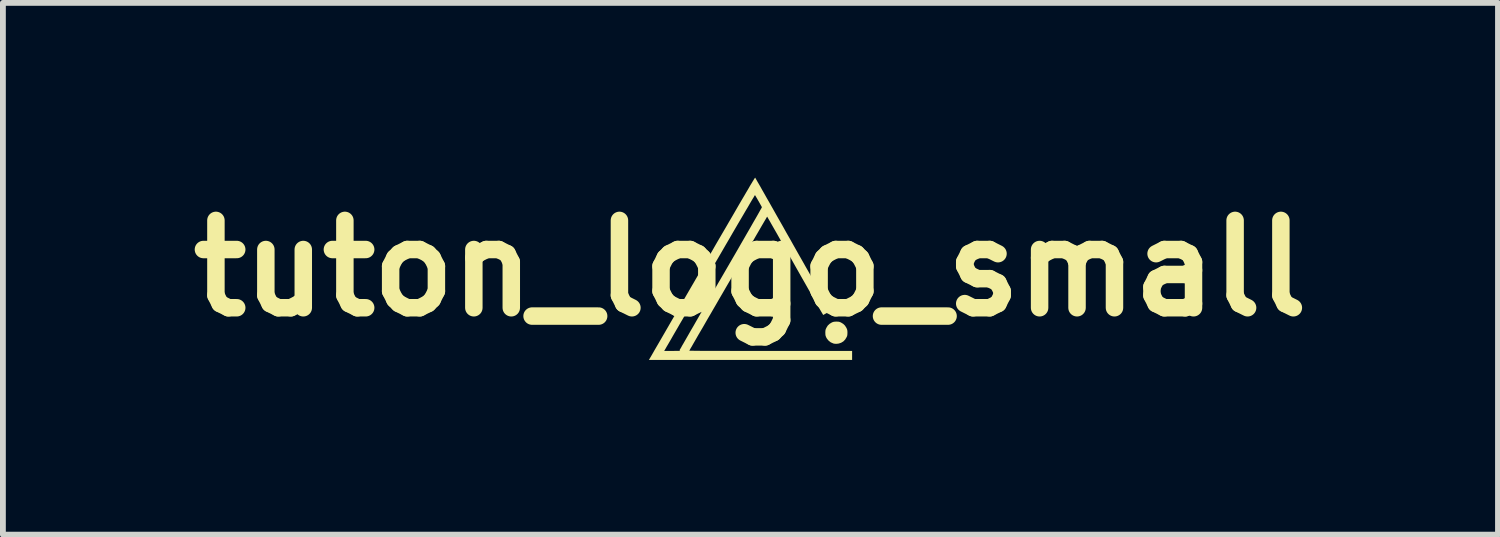
<source format=kicad_pcb>
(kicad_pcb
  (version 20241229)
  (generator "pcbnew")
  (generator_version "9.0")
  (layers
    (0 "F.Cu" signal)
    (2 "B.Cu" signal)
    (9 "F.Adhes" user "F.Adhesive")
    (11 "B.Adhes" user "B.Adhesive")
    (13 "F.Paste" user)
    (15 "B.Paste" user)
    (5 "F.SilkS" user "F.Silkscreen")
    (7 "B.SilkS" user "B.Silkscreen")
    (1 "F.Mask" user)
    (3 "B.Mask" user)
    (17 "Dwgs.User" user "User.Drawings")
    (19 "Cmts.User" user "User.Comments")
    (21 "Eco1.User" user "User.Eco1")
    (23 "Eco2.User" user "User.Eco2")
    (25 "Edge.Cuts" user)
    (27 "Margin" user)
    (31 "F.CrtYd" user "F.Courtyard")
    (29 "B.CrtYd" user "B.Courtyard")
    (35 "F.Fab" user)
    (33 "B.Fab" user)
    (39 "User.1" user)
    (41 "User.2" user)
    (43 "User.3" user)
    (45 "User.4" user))
  (footprint "tuton_logo_small"
    (layer "F.Cu")
    (at 9.836 1.556)
    (property "Reference" "tuton_logo_small" (at 0 0 0) (layer "F.SilkS") (effects (font (size 1.5 1.5) (thickness 0.3))))
    (attr board_only exclude_from_pos_files exclude_from_bom)
    (fp_poly (pts (xy 1.501 0.917) (xy 1.521 0.919) (xy 1.538 0.925) (xy 1.553 0.931) (xy 1.592 0.955) (xy 1.623 0.985) (xy 1.647 1.023) (xy 1.656 1.043) (xy 1.661 1.059) (xy 1.664 1.077) (xy 1.665 1.1) (xy 1.665 1.106) (xy 1.664 1.132) (xy 1.662 1.152) (xy 1.657 1.169) (xy 1.65 1.184) (xy 1.626 1.224) (xy 1.595 1.256) (xy 1.557 1.279) (xy 1.515 1.293) (xy 1.484 1.297) (xy 1.456 1.297) (xy 1.431 1.294) (xy 1.422 1.291) (xy 1.378 1.272) (xy 1.342 1.244) (xy 1.313 1.209) (xy 1.299 1.184) (xy 1.292 1.165) (xy 1.287 1.148) (xy 1.286 1.127) (xy 1.285 1.106) (xy 1.286 1.081) (xy 1.288 1.063) (xy 1.292 1.047) (xy 1.301 1.028) (xy 1.303 1.023) (xy 1.327 0.984) (xy 1.359 0.954) (xy 1.397 0.931) (xy 1.416 0.923) (xy 1.433 0.919) (xy 1.454 0.917) (xy 1.475 0.916)) (stroke (width 0) (type solid)) (fill yes) (layer "F.SilkS"))
    (fp_poly (pts (xy 0.08 -1.556) (xy 0.084 -1.55) (xy 0.092 -1.536) (xy 0.105 -1.513) (xy 0.123 -1.481) (xy 0.146 -1.442) (xy 0.173 -1.395) (xy 0.203 -1.341) (xy 0.238 -1.28) (xy 0.275 -1.214) (xy 0.317 -1.141) (xy 0.361 -1.063) (xy 0.408 -0.98) (xy 0.457 -0.893) (xy 0.509 -0.802) (xy 0.563 -0.707) (xy 0.618 -0.608) (xy 0.676 -0.507) (xy 0.718 -0.432) (xy 0.776 -0.329) (xy 0.833 -0.228) (xy 0.889 -0.13) (xy 0.942 -0.036) (xy 0.994 0.055) (xy 1.043 0.142) (xy 1.09 0.225) (xy 1.133 0.302) (xy 1.174 0.374) (xy 1.212 0.44) (xy 1.245 0.5) (xy 1.276 0.553) (xy 1.302 0.6) (xy 1.323 0.638) (xy 1.341 0.669) (xy 1.353 0.691) (xy 1.361 0.704) (xy 1.363 0.708) (xy 1.376 0.731) (xy 1.314 0.766) (xy 1.291 0.779) (xy 1.271 0.79) (xy 1.257 0.798) (xy 1.249 0.802) (xy 1.249 0.802) (xy 1.246 0.798) (xy 1.238 0.784) (xy 1.225 0.762) (xy 1.207 0.732) (xy 1.185 0.693) (xy 1.159 0.648) (xy 1.129 0.596) (xy 1.096 0.538) (xy 1.06 0.474) (xy 1.02 0.405) (xy 0.978 0.331) (xy 0.934 0.253) (xy 0.887 0.171) (xy 0.839 0.086) (xy 0.789 -0.002) (xy 0.767 -0.041) (xy 0.717 -0.13) (xy 0.668 -0.217) (xy 0.62 -0.3) (xy 0.575 -0.38) (xy 0.532 -0.456) (xy 0.491 -0.528) (xy 0.454 -0.594) (xy 0.419 -0.655) (xy 0.388 -0.709) (xy 0.36 -0.758) (xy 0.337 -0.799) (xy 0.317 -0.833) (xy 0.302 -0.859) (xy 0.292 -0.877) (xy 0.287 -0.885) (xy 0.286 -0.886) (xy 0.283 -0.881) (xy 0.275 -0.868) (xy 0.262 -0.845) (xy 0.244 -0.815) (xy 0.222 -0.777) (xy 0.196 -0.733) (xy 0.166 -0.681) (xy 0.133 -0.624) (xy 0.096 -0.561) (xy 0.057 -0.493) (xy 0.014 -0.421) (xy -0.03 -0.344) (xy -0.076 -0.265) (xy -0.125 -0.182) (xy -0.174 -0.096) (xy -0.225 -0.009) (xy -0.277 0.08) (xy -0.329 0.17) (xy -0.382 0.261) (xy -0.435 0.352) (xy -0.487 0.442) (xy -0.539 0.531) (xy -0.589 0.618) (xy -0.639 0.704) (xy -0.687 0.787) (xy -0.734 0.867) (xy -0.778 0.944) (xy -0.82 1.017) (xy -0.86 1.085) (xy -0.897 1.148) (xy -0.93 1.206) (xy -0.96 1.258) (xy -0.986 1.303) (xy -1.008 1.342) (xy -1.026 1.372) (xy -1.039 1.395) (xy -1.047 1.41) (xy -1.05 1.415) (xy -1.045 1.416) (xy -1.029 1.416) (xy -1.003 1.416) (xy -0.967 1.417) (xy -0.921 1.417) (xy -0.866 1.418) (xy -0.802 1.418) (xy -0.73 1.418) (xy -0.649 1.419) (xy -0.56 1.419) (xy -0.464 1.419) (xy -0.361 1.419) (xy -0.251 1.42) (xy -0.135 1.42) (xy -0.012 1.42) (xy 0.116 1.42) (xy 0.25 1.42) (xy 0.346 1.42) (xy 1.745 1.42) (xy 1.745 1.497) (xy 1.745 1.574) (xy 0.000317 1.574) (xy -1.744 1.574) (xy -1.693 1.487) (xy -1.655 1.42) (xy -1.482 1.42) (xy -1.342 1.42) (xy -1.305 1.419) (xy -1.272 1.419) (xy -1.244 1.418) (xy -1.224 1.418) (xy -1.212 1.417) (xy -1.209 1.416) (xy -1.216 1.409) (xy -1.216 1.406) (xy -1.214 1.4) (xy -1.206 1.386) (xy -1.192 1.363) (xy -1.175 1.331) (xy -1.152 1.292) (xy -1.125 1.245) (xy -1.094 1.191) (xy -1.059 1.13) (xy -1.021 1.063) (xy -0.978 0.99) (xy -0.933 0.911) (xy -0.885 0.828) (xy -0.834 0.739) (xy -0.78 0.647) (xy -0.724 0.55) (xy -0.667 0.45) (xy -0.607 0.347) (xy -0.546 0.241) (xy -0.509 0.178) (xy -0.447 0.071) (xy -0.386 -0.034) (xy -0.327 -0.136) (xy -0.27 -0.234) (xy -0.215 -0.329) (xy -0.163 -0.42) (xy -0.113 -0.506) (xy -0.066 -0.588) (xy -0.022 -0.664) (xy 0.018 -0.734) (xy 0.055 -0.799) (xy 0.089 -0.857) (xy 0.118 -0.908) (xy 0.143 -0.952) (xy 0.163 -0.988) (xy 0.179 -1.016) (xy 0.19 -1.035) (xy 0.195 -1.046) (xy 0.196 -1.048) (xy 0.193 -1.055) (xy 0.185 -1.07) (xy 0.173 -1.091) (xy 0.159 -1.116) (xy 0.144 -1.143) (xy 0.128 -1.17) (xy 0.113 -1.197) (xy 0.099 -1.22) (xy 0.088 -1.239) (xy 0.08 -1.252) (xy 0.078 -1.256) (xy 0.074 -1.252) (xy 0.066 -1.239) (xy 0.053 -1.216) (xy 0.034 -1.186) (xy 0.011 -1.147) (xy -0.016 -1.101) (xy -0.047 -1.047) (xy -0.083 -0.987) (xy -0.122 -0.92) (xy -0.165 -0.847) (xy -0.211 -0.769) (xy -0.26 -0.685) (xy -0.312 -0.596) (xy -0.366 -0.502) (xy -0.423 -0.405) (xy -0.482 -0.303) (xy -0.543 -0.198) (xy -0.606 -0.09) (xy -0.67 0.02) (xy -0.694 0.062) (xy -0.759 0.173) (xy -0.822 0.283) (xy -0.884 0.39) (xy -0.944 0.493) (xy -1.002 0.593) (xy -1.057 0.689) (xy -1.111 0.781) (xy -1.161 0.868) (xy -1.209 0.949) (xy -1.253 1.026) (xy -1.294 1.096) (xy -1.331 1.16) (xy -1.364 1.218) (xy -1.393 1.268) (xy -1.418 1.311) (xy -1.439 1.346) (xy -1.454 1.373) (xy -1.465 1.392) (xy -1.471 1.401) (xy -1.471 1.402) (xy -1.482 1.42) (xy -1.655 1.42) (xy -1.574 1.281) (xy -1.46 1.084) (xy -1.352 0.897) (xy -1.248 0.718) (xy -1.15 0.549) (xy -1.056 0.387) (xy -0.967 0.234) (xy -0.883 0.089) (xy -0.804 -0.048) (xy -0.728 -0.178) (xy -0.657 -0.3) (xy -0.591 -0.415) (xy -0.528 -0.523) (xy -0.469 -0.624) (xy -0.414 -0.718) (xy -0.363 -0.806) (xy -0.315 -0.888) (xy -0.271 -0.964) (xy -0.23 -1.035) (xy -0.193 -1.099) (xy -0.158 -1.159) (xy -0.126 -1.213) (xy -0.097 -1.262) (xy -0.071 -1.307) (xy -0.047 -1.347) (xy -0.026 -1.383) (xy -0.008 -1.415) (xy 0.009 -1.443) (xy 0.024 -1.467) (xy 0.036 -1.488) (xy 0.047 -1.505) (xy 0.056 -1.52) (xy 0.063 -1.532) (xy 0.069 -1.541) (xy 0.074 -1.548) (xy 0.077 -1.552) (xy 0.079 -1.555) (xy 0.08 -1.556)) (stroke (width 0) (type solid)) (fill yes) (layer "F.SilkS")))
  (gr_rect
    (start -3 -3)
    (end 22.671 6.13)
    (stroke (width 0.1) (type default))
    (fill no)
    (layer "Edge.Cuts")))
</source>
